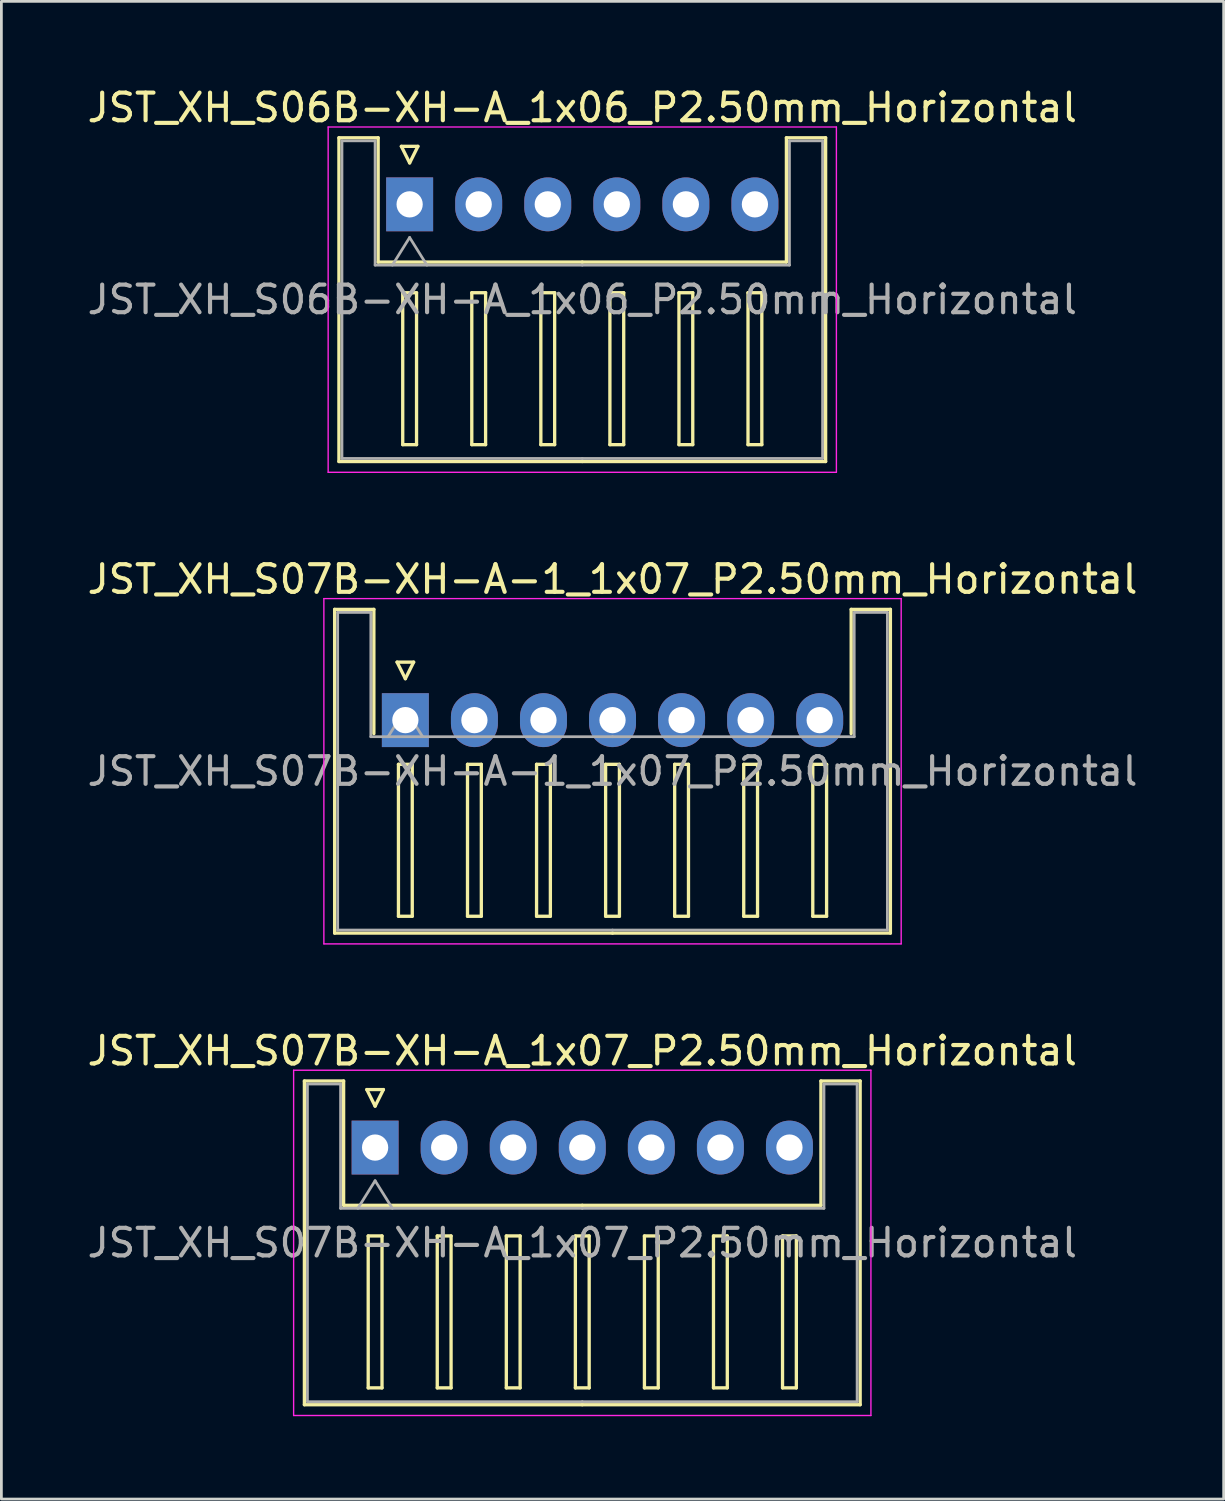
<source format=kicad_pcb>
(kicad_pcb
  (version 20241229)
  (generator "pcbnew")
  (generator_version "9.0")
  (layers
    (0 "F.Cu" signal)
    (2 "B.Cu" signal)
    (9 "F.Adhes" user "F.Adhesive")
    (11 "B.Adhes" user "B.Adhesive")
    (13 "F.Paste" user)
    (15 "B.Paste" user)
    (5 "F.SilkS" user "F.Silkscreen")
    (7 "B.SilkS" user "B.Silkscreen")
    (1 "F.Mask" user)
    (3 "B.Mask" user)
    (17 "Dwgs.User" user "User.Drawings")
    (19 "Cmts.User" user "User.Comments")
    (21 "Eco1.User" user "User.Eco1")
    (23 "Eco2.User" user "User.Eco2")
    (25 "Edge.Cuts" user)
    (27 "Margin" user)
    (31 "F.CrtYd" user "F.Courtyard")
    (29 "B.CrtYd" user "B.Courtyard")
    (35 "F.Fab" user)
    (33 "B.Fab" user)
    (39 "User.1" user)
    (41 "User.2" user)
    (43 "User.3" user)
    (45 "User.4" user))
  (footprint "JST_XH_S07B-XH-A_1x07_P2.50mm_Horizontal"
    (layer "F.Cu")
    (at 10.53 38.495)
    (property "Reference" "JST_XH_S07B-XH-A_1x07_P2.50mm_Horizontal" (at 7.5 -3.5 0) (layer "F.SilkS") (effects (font (size 1 1) (thickness 0.15))))
    (attr through_hole)
    (fp_line (start -2.56 -2.41) (end -1.14 -2.41) (stroke (width 0.12) (type solid)) (layer "F.SilkS"))
    (fp_line (start -2.56 9.31) (end -2.56 -2.41) (stroke (width 0.12) (type solid)) (layer "F.SilkS"))
    (fp_line (start -1.14 -2.41) (end -1.14 2.09) (stroke (width 0.12) (type solid)) (layer "F.SilkS"))
    (fp_line (start -1.14 2.09) (end 7.5 2.09) (stroke (width 0.12) (type solid)) (layer "F.SilkS"))
    (fp_line (start -0.3 -2.1) (end 0.3 -2.1) (stroke (width 0.12) (type solid)) (layer "F.SilkS"))
    (fp_line (start -0.25 3.2) (end -0.25 8.7) (stroke (width 0.12) (type solid)) (layer "F.SilkS"))
    (fp_line (start -0.25 8.7) (end 0.25 8.7) (stroke (width 0.12) (type solid)) (layer "F.SilkS"))
    (fp_line (start 0 -1.5) (end -0.3 -2.1) (stroke (width 0.12) (type solid)) (layer "F.SilkS"))
    (fp_line (start 0.25 3.2) (end -0.25 3.2) (stroke (width 0.12) (type solid)) (layer "F.SilkS"))
    (fp_line (start 0.25 8.7) (end 0.25 3.2) (stroke (width 0.12) (type solid)) (layer "F.SilkS"))
    (fp_line (start 0.3 -2.1) (end 0 -1.5) (stroke (width 0.12) (type solid)) (layer "F.SilkS"))
    (fp_line (start 2.25 3.2) (end 2.25 8.7) (stroke (width 0.12) (type solid)) (layer "F.SilkS"))
    (fp_line (start 2.25 8.7) (end 2.75 8.7) (stroke (width 0.12) (type solid)) (layer "F.SilkS"))
    (fp_line (start 2.75 3.2) (end 2.25 3.2) (stroke (width 0.12) (type solid)) (layer "F.SilkS"))
    (fp_line (start 2.75 8.7) (end 2.75 3.2) (stroke (width 0.12) (type solid)) (layer "F.SilkS"))
    (fp_line (start 4.75 3.2) (end 4.75 8.7) (stroke (width 0.12) (type solid)) (layer "F.SilkS"))
    (fp_line (start 4.75 8.7) (end 5.25 8.7) (stroke (width 0.12) (type solid)) (layer "F.SilkS"))
    (fp_line (start 5.25 3.2) (end 4.75 3.2) (stroke (width 0.12) (type solid)) (layer "F.SilkS"))
    (fp_line (start 5.25 8.7) (end 5.25 3.2) (stroke (width 0.12) (type solid)) (layer "F.SilkS"))
    (fp_line (start 7.25 3.2) (end 7.25 8.7) (stroke (width 0.12) (type solid)) (layer "F.SilkS"))
    (fp_line (start 7.25 8.7) (end 7.75 8.7) (stroke (width 0.12) (type solid)) (layer "F.SilkS"))
    (fp_line (start 7.5 9.31) (end -2.56 9.31) (stroke (width 0.12) (type solid)) (layer "F.SilkS"))
    (fp_line (start 7.5 9.31) (end 17.56 9.31) (stroke (width 0.12) (type solid)) (layer "F.SilkS"))
    (fp_line (start 7.75 3.2) (end 7.25 3.2) (stroke (width 0.12) (type solid)) (layer "F.SilkS"))
    (fp_line (start 7.75 8.7) (end 7.75 3.2) (stroke (width 0.12) (type solid)) (layer "F.SilkS"))
    (fp_line (start 9.75 3.2) (end 9.75 8.7) (stroke (width 0.12) (type solid)) (layer "F.SilkS"))
    (fp_line (start 9.75 8.7) (end 10.25 8.7) (stroke (width 0.12) (type solid)) (layer "F.SilkS"))
    (fp_line (start 10.25 3.2) (end 9.75 3.2) (stroke (width 0.12) (type solid)) (layer "F.SilkS"))
    (fp_line (start 10.25 8.7) (end 10.25 3.2) (stroke (width 0.12) (type solid)) (layer "F.SilkS"))
    (fp_line (start 12.25 3.2) (end 12.25 8.7) (stroke (width 0.12) (type solid)) (layer "F.SilkS"))
    (fp_line (start 12.25 8.7) (end 12.75 8.7) (stroke (width 0.12) (type solid)) (layer "F.SilkS"))
    (fp_line (start 12.75 3.2) (end 12.25 3.2) (stroke (width 0.12) (type solid)) (layer "F.SilkS"))
    (fp_line (start 12.75 8.7) (end 12.75 3.2) (stroke (width 0.12) (type solid)) (layer "F.SilkS"))
    (fp_line (start 14.75 3.2) (end 14.75 8.7) (stroke (width 0.12) (type solid)) (layer "F.SilkS"))
    (fp_line (start 14.75 8.7) (end 15.25 8.7) (stroke (width 0.12) (type solid)) (layer "F.SilkS"))
    (fp_line (start 15.25 3.2) (end 14.75 3.2) (stroke (width 0.12) (type solid)) (layer "F.SilkS"))
    (fp_line (start 15.25 8.7) (end 15.25 3.2) (stroke (width 0.12) (type solid)) (layer "F.SilkS"))
    (fp_line (start 16.14 -2.41) (end 16.14 2.09) (stroke (width 0.12) (type solid)) (layer "F.SilkS"))
    (fp_line (start 16.14 2.09) (end 7.5 2.09) (stroke (width 0.12) (type solid)) (layer "F.SilkS"))
    (fp_line (start 17.56 -2.41) (end 16.14 -2.41) (stroke (width 0.12) (type solid)) (layer "F.SilkS"))
    (fp_line (start 17.56 9.31) (end 17.56 -2.41) (stroke (width 0.12) (type solid)) (layer "F.SilkS"))
    (fp_line (start -2.95 -2.8) (end -2.95 9.7) (stroke (width 0.05) (type solid)) (layer "F.CrtYd"))
    (fp_line (start -2.95 9.7) (end 17.95 9.7) (stroke (width 0.05) (type solid)) (layer "F.CrtYd"))
    (fp_line (start 17.95 -2.8) (end -2.95 -2.8) (stroke (width 0.05) (type solid)) (layer "F.CrtYd"))
    (fp_line (start 17.95 9.7) (end 17.95 -2.8) (stroke (width 0.05) (type solid)) (layer "F.CrtYd"))
    (fp_line (start -2.45 -2.3) (end -1.25 -2.3) (stroke (width 0.1) (type solid)) (layer "F.Fab"))
    (fp_line (start -2.45 9.2) (end -2.45 -2.3) (stroke (width 0.1) (type solid)) (layer "F.Fab"))
    (fp_line (start -1.25 -2.3) (end -1.25 2.2) (stroke (width 0.1) (type solid)) (layer "F.Fab"))
    (fp_line (start -1.25 2.2) (end 7.5 2.2) (stroke (width 0.1) (type solid)) (layer "F.Fab"))
    (fp_line (start -0.625 2.2) (end 0 1.2) (stroke (width 0.1) (type solid)) (layer "F.Fab"))
    (fp_line (start 0 1.2) (end 0.625 2.2) (stroke (width 0.1) (type solid)) (layer "F.Fab"))
    (fp_line (start 7.5 9.2) (end -2.45 9.2) (stroke (width 0.1) (type solid)) (layer "F.Fab"))
    (fp_line (start 7.5 9.2) (end 17.45 9.2) (stroke (width 0.1) (type solid)) (layer "F.Fab"))
    (fp_line (start 16.25 -2.3) (end 16.25 2.2) (stroke (width 0.1) (type solid)) (layer "F.Fab"))
    (fp_line (start 16.25 2.2) (end 7.5 2.2) (stroke (width 0.1) (type solid)) (layer "F.Fab"))
    (fp_line (start 17.45 -2.3) (end 16.25 -2.3) (stroke (width 0.1) (type solid)) (layer "F.Fab"))
    (fp_line (start 17.45 9.2) (end 17.45 -2.3) (stroke (width 0.1) (type solid)) (layer "F.Fab"))
    (fp_text user "${REFERENCE}" (at 7.5 3.45 0) (layer "F.Fab") (effects (font (size 1 1) (thickness 0.15))))
    (pad "1" thru_hole rect (at 0 0) (size 1.7 1.95) (drill 0.95) (layers "*.Cu" "*.Mask"))
    (pad "2" thru_hole oval (at 2.5 0) (size 1.7 1.95) (drill 0.95) (layers "*.Cu" "*.Mask"))
    (pad "3" thru_hole oval (at 5 0) (size 1.7 1.95) (drill 0.95) (layers "*.Cu" "*.Mask"))
    (pad "4" thru_hole oval (at 7.5 0) (size 1.7 1.95) (drill 0.95) (layers "*.Cu" "*.Mask"))
    (pad "5" thru_hole oval (at 10 0) (size 1.7 1.95) (drill 0.95) (layers "*.Cu" "*.Mask"))
    (pad "6" thru_hole oval (at 12.5 0) (size 1.7 1.95) (drill 0.95) (layers "*.Cu" "*.Mask"))
    (pad "7" thru_hole oval (at 15 0) (size 1.7 1.95) (drill 0.95) (layers "*.Cu" "*.Mask")))
  (footprint "JST_XH_S06B-XH-A_1x06_P2.50mm_Horizontal"
    (layer "F.Cu")
    (at 11.78 4.348)
    (property "Reference" "JST_XH_S06B-XH-A_1x06_P2.50mm_Horizontal" (at 6.25 -3.5 0) (layer "F.SilkS") (effects (font (size 1 1) (thickness 0.15))))
    (attr through_hole)
    (fp_line (start -2.56 -2.41) (end -1.14 -2.41) (stroke (width 0.12) (type solid)) (layer "F.SilkS"))
    (fp_line (start -2.56 9.31) (end -2.56 -2.41) (stroke (width 0.12) (type solid)) (layer "F.SilkS"))
    (fp_line (start -1.14 -2.41) (end -1.14 2.09) (stroke (width 0.12) (type solid)) (layer "F.SilkS"))
    (fp_line (start -1.14 2.09) (end 6.25 2.09) (stroke (width 0.12) (type solid)) (layer "F.SilkS"))
    (fp_line (start -0.3 -2.1) (end 0.3 -2.1) (stroke (width 0.12) (type solid)) (layer "F.SilkS"))
    (fp_line (start -0.25 3.2) (end -0.25 8.7) (stroke (width 0.12) (type solid)) (layer "F.SilkS"))
    (fp_line (start -0.25 8.7) (end 0.25 8.7) (stroke (width 0.12) (type solid)) (layer "F.SilkS"))
    (fp_line (start 0 -1.5) (end -0.3 -2.1) (stroke (width 0.12) (type solid)) (layer "F.SilkS"))
    (fp_line (start 0.25 3.2) (end -0.25 3.2) (stroke (width 0.12) (type solid)) (layer "F.SilkS"))
    (fp_line (start 0.25 8.7) (end 0.25 3.2) (stroke (width 0.12) (type solid)) (layer "F.SilkS"))
    (fp_line (start 0.3 -2.1) (end 0 -1.5) (stroke (width 0.12) (type solid)) (layer "F.SilkS"))
    (fp_line (start 2.25 3.2) (end 2.25 8.7) (stroke (width 0.12) (type solid)) (layer "F.SilkS"))
    (fp_line (start 2.25 8.7) (end 2.75 8.7) (stroke (width 0.12) (type solid)) (layer "F.SilkS"))
    (fp_line (start 2.75 3.2) (end 2.25 3.2) (stroke (width 0.12) (type solid)) (layer "F.SilkS"))
    (fp_line (start 2.75 8.7) (end 2.75 3.2) (stroke (width 0.12) (type solid)) (layer "F.SilkS"))
    (fp_line (start 4.75 3.2) (end 4.75 8.7) (stroke (width 0.12) (type solid)) (layer "F.SilkS"))
    (fp_line (start 4.75 8.7) (end 5.25 8.7) (stroke (width 0.12) (type solid)) (layer "F.SilkS"))
    (fp_line (start 5.25 3.2) (end 4.75 3.2) (stroke (width 0.12) (type solid)) (layer "F.SilkS"))
    (fp_line (start 5.25 8.7) (end 5.25 3.2) (stroke (width 0.12) (type solid)) (layer "F.SilkS"))
    (fp_line (start 6.25 9.31) (end -2.56 9.31) (stroke (width 0.12) (type solid)) (layer "F.SilkS"))
    (fp_line (start 6.25 9.31) (end 15.06 9.31) (stroke (width 0.12) (type solid)) (layer "F.SilkS"))
    (fp_line (start 7.25 3.2) (end 7.25 8.7) (stroke (width 0.12) (type solid)) (layer "F.SilkS"))
    (fp_line (start 7.25 8.7) (end 7.75 8.7) (stroke (width 0.12) (type solid)) (layer "F.SilkS"))
    (fp_line (start 7.75 3.2) (end 7.25 3.2) (stroke (width 0.12) (type solid)) (layer "F.SilkS"))
    (fp_line (start 7.75 8.7) (end 7.75 3.2) (stroke (width 0.12) (type solid)) (layer "F.SilkS"))
    (fp_line (start 9.75 3.2) (end 9.75 8.7) (stroke (width 0.12) (type solid)) (layer "F.SilkS"))
    (fp_line (start 9.75 8.7) (end 10.25 8.7) (stroke (width 0.12) (type solid)) (layer "F.SilkS"))
    (fp_line (start 10.25 3.2) (end 9.75 3.2) (stroke (width 0.12) (type solid)) (layer "F.SilkS"))
    (fp_line (start 10.25 8.7) (end 10.25 3.2) (stroke (width 0.12) (type solid)) (layer "F.SilkS"))
    (fp_line (start 12.25 3.2) (end 12.25 8.7) (stroke (width 0.12) (type solid)) (layer "F.SilkS"))
    (fp_line (start 12.25 8.7) (end 12.75 8.7) (stroke (width 0.12) (type solid)) (layer "F.SilkS"))
    (fp_line (start 12.75 3.2) (end 12.25 3.2) (stroke (width 0.12) (type solid)) (layer "F.SilkS"))
    (fp_line (start 12.75 8.7) (end 12.75 3.2) (stroke (width 0.12) (type solid)) (layer "F.SilkS"))
    (fp_line (start 13.64 -2.41) (end 13.64 2.09) (stroke (width 0.12) (type solid)) (layer "F.SilkS"))
    (fp_line (start 13.64 2.09) (end 6.25 2.09) (stroke (width 0.12) (type solid)) (layer "F.SilkS"))
    (fp_line (start 15.06 -2.41) (end 13.64 -2.41) (stroke (width 0.12) (type solid)) (layer "F.SilkS"))
    (fp_line (start 15.06 9.31) (end 15.06 -2.41) (stroke (width 0.12) (type solid)) (layer "F.SilkS"))
    (fp_line (start -2.95 -2.8) (end -2.95 9.7) (stroke (width 0.05) (type solid)) (layer "F.CrtYd"))
    (fp_line (start -2.95 9.7) (end 15.45 9.7) (stroke (width 0.05) (type solid)) (layer "F.CrtYd"))
    (fp_line (start 15.45 -2.8) (end -2.95 -2.8) (stroke (width 0.05) (type solid)) (layer "F.CrtYd"))
    (fp_line (start 15.45 9.7) (end 15.45 -2.8) (stroke (width 0.05) (type solid)) (layer "F.CrtYd"))
    (fp_line (start -2.45 -2.3) (end -1.25 -2.3) (stroke (width 0.1) (type solid)) (layer "F.Fab"))
    (fp_line (start -2.45 9.2) (end -2.45 -2.3) (stroke (width 0.1) (type solid)) (layer "F.Fab"))
    (fp_line (start -1.25 -2.3) (end -1.25 2.2) (stroke (width 0.1) (type solid)) (layer "F.Fab"))
    (fp_line (start -1.25 2.2) (end 6.25 2.2) (stroke (width 0.1) (type solid)) (layer "F.Fab"))
    (fp_line (start -0.625 2.2) (end 0 1.2) (stroke (width 0.1) (type solid)) (layer "F.Fab"))
    (fp_line (start 0 1.2) (end 0.625 2.2) (stroke (width 0.1) (type solid)) (layer "F.Fab"))
    (fp_line (start 6.25 9.2) (end -2.45 9.2) (stroke (width 0.1) (type solid)) (layer "F.Fab"))
    (fp_line (start 6.25 9.2) (end 14.95 9.2) (stroke (width 0.1) (type solid)) (layer "F.Fab"))
    (fp_line (start 13.75 -2.3) (end 13.75 2.2) (stroke (width 0.1) (type solid)) (layer "F.Fab"))
    (fp_line (start 13.75 2.2) (end 6.25 2.2) (stroke (width 0.1) (type solid)) (layer "F.Fab"))
    (fp_line (start 14.95 -2.3) (end 13.75 -2.3) (stroke (width 0.1) (type solid)) (layer "F.Fab"))
    (fp_line (start 14.95 9.2) (end 14.95 -2.3) (stroke (width 0.1) (type solid)) (layer "F.Fab"))
    (fp_text user "${REFERENCE}" (at 6.25 3.45 0) (layer "F.Fab") (effects (font (size 1 1) (thickness 0.15))))
    (pad "1" thru_hole rect (at 0 0) (size 1.7 1.95) (drill 0.95) (layers "*.Cu" "*.Mask"))
    (pad "2" thru_hole oval (at 2.5 0) (size 1.7 1.95) (drill 0.95) (layers "*.Cu" "*.Mask"))
    (pad "3" thru_hole oval (at 5 0) (size 1.7 1.95) (drill 0.95) (layers "*.Cu" "*.Mask"))
    (pad "4" thru_hole oval (at 7.5 0) (size 1.7 1.95) (drill 0.95) (layers "*.Cu" "*.Mask"))
    (pad "5" thru_hole oval (at 10 0) (size 1.7 1.95) (drill 0.95) (layers "*.Cu" "*.Mask"))
    (pad "6" thru_hole oval (at 12.5 0) (size 1.7 1.95) (drill 0.95) (layers "*.Cu" "*.Mask")))
  (footprint "JST_XH_S07B-XH-A-1_1x07_P2.50mm_Horizontal"
    (layer "F.Cu")
    (at 11.625 23.021)
    (property "Reference" "JST_XH_S07B-XH-A-1_1x07_P2.50mm_Horizontal" (at 7.5 -5.1 0) (layer "F.SilkS") (effects (font (size 1 1) (thickness 0.15))))
    (attr through_hole)
    (fp_line (start -2.56 -4.01) (end -1.14 -4.01) (stroke (width 0.12) (type solid)) (layer "F.SilkS"))
    (fp_line (start -2.56 7.71) (end -2.56 -4.01) (stroke (width 0.12) (type solid)) (layer "F.SilkS"))
    (fp_line (start -1.14 -4.01) (end -1.14 0.49) (stroke (width 0.12) (type solid)) (layer "F.SilkS"))
    (fp_line (start -0.3 -2.1) (end 0.3 -2.1) (stroke (width 0.12) (type solid)) (layer "F.SilkS"))
    (fp_line (start -0.25 1.6) (end -0.25 7.1) (stroke (width 0.12) (type solid)) (layer "F.SilkS"))
    (fp_line (start -0.25 7.1) (end 0.25 7.1) (stroke (width 0.12) (type solid)) (layer "F.SilkS"))
    (fp_line (start 0 -1.5) (end -0.3 -2.1) (stroke (width 0.12) (type solid)) (layer "F.SilkS"))
    (fp_line (start 0.25 1.6) (end -0.25 1.6) (stroke (width 0.12) (type solid)) (layer "F.SilkS"))
    (fp_line (start 0.25 7.1) (end 0.25 1.6) (stroke (width 0.12) (type solid)) (layer "F.SilkS"))
    (fp_line (start 0.3 -2.1) (end 0 -1.5) (stroke (width 0.12) (type solid)) (layer "F.SilkS"))
    (fp_line (start 2.25 1.6) (end 2.25 7.1) (stroke (width 0.12) (type solid)) (layer "F.SilkS"))
    (fp_line (start 2.25 7.1) (end 2.75 7.1) (stroke (width 0.12) (type solid)) (layer "F.SilkS"))
    (fp_line (start 2.75 1.6) (end 2.25 1.6) (stroke (width 0.12) (type solid)) (layer "F.SilkS"))
    (fp_line (start 2.75 7.1) (end 2.75 1.6) (stroke (width 0.12) (type solid)) (layer "F.SilkS"))
    (fp_line (start 4.75 1.6) (end 4.75 7.1) (stroke (width 0.12) (type solid)) (layer "F.SilkS"))
    (fp_line (start 4.75 7.1) (end 5.25 7.1) (stroke (width 0.12) (type solid)) (layer "F.SilkS"))
    (fp_line (start 5.25 1.6) (end 4.75 1.6) (stroke (width 0.12) (type solid)) (layer "F.SilkS"))
    (fp_line (start 5.25 7.1) (end 5.25 1.6) (stroke (width 0.12) (type solid)) (layer "F.SilkS"))
    (fp_line (start 7.25 1.6) (end 7.25 7.1) (stroke (width 0.12) (type solid)) (layer "F.SilkS"))
    (fp_line (start 7.25 7.1) (end 7.75 7.1) (stroke (width 0.12) (type solid)) (layer "F.SilkS"))
    (fp_line (start 7.5 7.71) (end -2.56 7.71) (stroke (width 0.12) (type solid)) (layer "F.SilkS"))
    (fp_line (start 7.5 7.71) (end 17.56 7.71) (stroke (width 0.12) (type solid)) (layer "F.SilkS"))
    (fp_line (start 7.75 1.6) (end 7.25 1.6) (stroke (width 0.12) (type solid)) (layer "F.SilkS"))
    (fp_line (start 7.75 7.1) (end 7.75 1.6) (stroke (width 0.12) (type solid)) (layer "F.SilkS"))
    (fp_line (start 9.75 1.6) (end 9.75 7.1) (stroke (width 0.12) (type solid)) (layer "F.SilkS"))
    (fp_line (start 9.75 7.1) (end 10.25 7.1) (stroke (width 0.12) (type solid)) (layer "F.SilkS"))
    (fp_line (start 10.25 1.6) (end 9.75 1.6) (stroke (width 0.12) (type solid)) (layer "F.SilkS"))
    (fp_line (start 10.25 7.1) (end 10.25 1.6) (stroke (width 0.12) (type solid)) (layer "F.SilkS"))
    (fp_line (start 12.25 1.6) (end 12.25 7.1) (stroke (width 0.12) (type solid)) (layer "F.SilkS"))
    (fp_line (start 12.25 7.1) (end 12.75 7.1) (stroke (width 0.12) (type solid)) (layer "F.SilkS"))
    (fp_line (start 12.75 1.6) (end 12.25 1.6) (stroke (width 0.12) (type solid)) (layer "F.SilkS"))
    (fp_line (start 12.75 7.1) (end 12.75 1.6) (stroke (width 0.12) (type solid)) (layer "F.SilkS"))
    (fp_line (start 14.75 1.6) (end 14.75 7.1) (stroke (width 0.12) (type solid)) (layer "F.SilkS"))
    (fp_line (start 14.75 7.1) (end 15.25 7.1) (stroke (width 0.12) (type solid)) (layer "F.SilkS"))
    (fp_line (start 15.25 1.6) (end 14.75 1.6) (stroke (width 0.12) (type solid)) (layer "F.SilkS"))
    (fp_line (start 15.25 7.1) (end 15.25 1.6) (stroke (width 0.12) (type solid)) (layer "F.SilkS"))
    (fp_line (start 16.14 -4.01) (end 16.14 0.49) (stroke (width 0.12) (type solid)) (layer "F.SilkS"))
    (fp_line (start 17.56 -4.01) (end 16.14 -4.01) (stroke (width 0.12) (type solid)) (layer "F.SilkS"))
    (fp_line (start 17.56 7.71) (end 17.56 -4.01) (stroke (width 0.12) (type solid)) (layer "F.SilkS"))
    (fp_line (start -2.95 -4.4) (end -2.95 8.1) (stroke (width 0.05) (type solid)) (layer "F.CrtYd"))
    (fp_line (start -2.95 8.1) (end 17.95 8.1) (stroke (width 0.05) (type solid)) (layer "F.CrtYd"))
    (fp_line (start 17.95 -4.4) (end -2.95 -4.4) (stroke (width 0.05) (type solid)) (layer "F.CrtYd"))
    (fp_line (start 17.95 8.1) (end 17.95 -4.4) (stroke (width 0.05) (type solid)) (layer "F.CrtYd"))
    (fp_line (start -2.45 -3.9) (end -1.25 -3.9) (stroke (width 0.1) (type solid)) (layer "F.Fab"))
    (fp_line (start -2.45 7.6) (end -2.45 -3.9) (stroke (width 0.1) (type solid)) (layer "F.Fab"))
    (fp_line (start -1.25 -3.9) (end -1.25 0.6) (stroke (width 0.1) (type solid)) (layer "F.Fab"))
    (fp_line (start -1.25 0.6) (end 7.5 0.6) (stroke (width 0.1) (type solid)) (layer "F.Fab"))
    (fp_line (start -0.625 0.6) (end 0 -0.4) (stroke (width 0.1) (type solid)) (layer "F.Fab"))
    (fp_line (start 0 -0.4) (end 0.625 0.6) (stroke (width 0.1) (type solid)) (layer "F.Fab"))
    (fp_line (start 7.5 7.6) (end -2.45 7.6) (stroke (width 0.1) (type solid)) (layer "F.Fab"))
    (fp_line (start 7.5 7.6) (end 17.45 7.6) (stroke (width 0.1) (type solid)) (layer "F.Fab"))
    (fp_line (start 16.25 -3.9) (end 16.25 0.6) (stroke (width 0.1) (type solid)) (layer "F.Fab"))
    (fp_line (start 16.25 0.6) (end 7.5 0.6) (stroke (width 0.1) (type solid)) (layer "F.Fab"))
    (fp_line (start 17.45 -3.9) (end 16.25 -3.9) (stroke (width 0.1) (type solid)) (layer "F.Fab"))
    (fp_line (start 17.45 7.6) (end 17.45 -3.9) (stroke (width 0.1) (type solid)) (layer "F.Fab"))
    (fp_text user "${REFERENCE}" (at 7.5 1.85 0) (layer "F.Fab") (effects (font (size 1 1) (thickness 0.15))))
    (pad "1" thru_hole rect (at 0 0) (size 1.7 1.95) (drill 0.95) (layers "*.Cu" "*.Mask"))
    (pad "2" thru_hole oval (at 2.5 0) (size 1.7 1.95) (drill 0.95) (layers "*.Cu" "*.Mask"))
    (pad "3" thru_hole oval (at 5 0) (size 1.7 1.95) (drill 0.95) (layers "*.Cu" "*.Mask"))
    (pad "4" thru_hole oval (at 7.5 0) (size 1.7 1.95) (drill 0.95) (layers "*.Cu" "*.Mask"))
    (pad "5" thru_hole oval (at 10 0) (size 1.7 1.95) (drill 0.95) (layers "*.Cu" "*.Mask"))
    (pad "6" thru_hole oval (at 12.5 0) (size 1.7 1.95) (drill 0.95) (layers "*.Cu" "*.Mask"))
    (pad "7" thru_hole oval (at 15 0) (size 1.7 1.95) (drill 0.95) (layers "*.Cu" "*.Mask")))
  (gr_rect
    (start -3 -3)
    (end 41.25 51.22)
    (stroke (width 0.1) (type default))
    (fill no)
    (layer "Edge.Cuts")))
</source>
